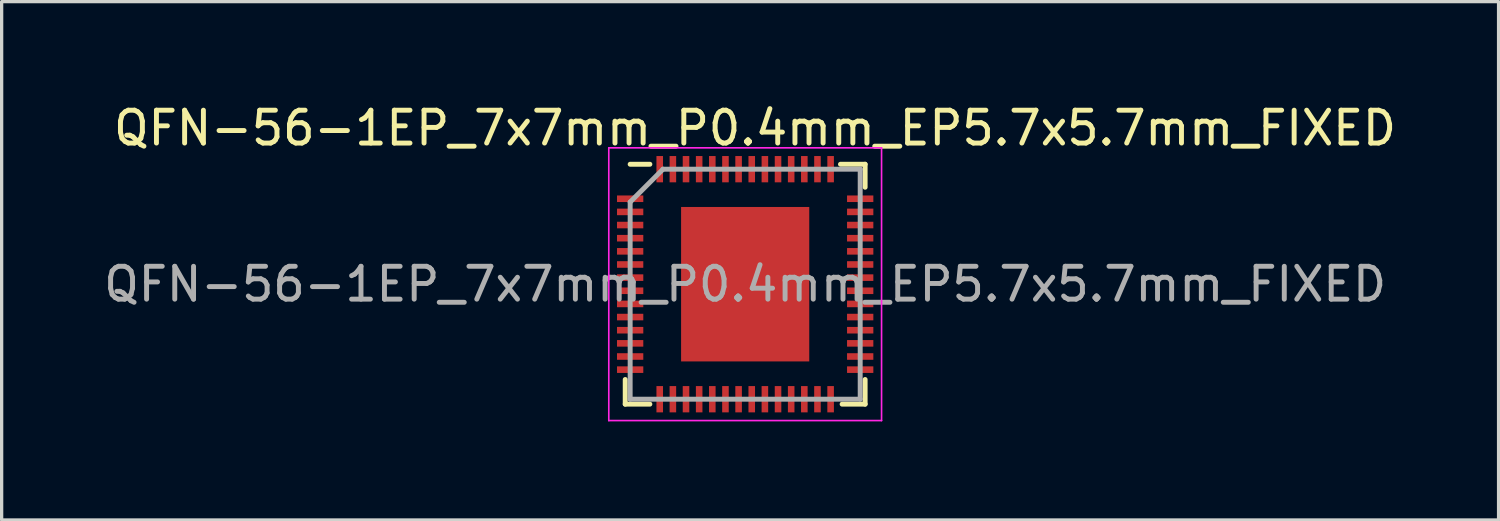
<source format=kicad_pcb>
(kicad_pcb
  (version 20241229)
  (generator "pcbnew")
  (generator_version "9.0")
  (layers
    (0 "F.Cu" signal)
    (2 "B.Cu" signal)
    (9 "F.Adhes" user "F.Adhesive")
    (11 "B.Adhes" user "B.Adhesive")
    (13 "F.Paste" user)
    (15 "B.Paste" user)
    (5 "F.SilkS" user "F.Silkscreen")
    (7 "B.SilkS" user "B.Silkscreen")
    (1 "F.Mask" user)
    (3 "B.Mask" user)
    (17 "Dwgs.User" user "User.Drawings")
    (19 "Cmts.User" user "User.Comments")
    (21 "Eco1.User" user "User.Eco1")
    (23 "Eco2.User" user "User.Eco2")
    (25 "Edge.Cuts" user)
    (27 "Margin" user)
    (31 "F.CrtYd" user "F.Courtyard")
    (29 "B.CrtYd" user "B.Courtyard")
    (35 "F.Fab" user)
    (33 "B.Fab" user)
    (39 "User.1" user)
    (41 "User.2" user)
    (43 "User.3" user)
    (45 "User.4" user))
  (footprint "QFN-56-1EP_7x7mm_P0.4mm_EP5.7x5.7mm_FIXED"
    (layer "F.Cu")
    (at 19.625 5.598)
    (property "Reference" "QFN-56-1EP_7x7mm_P0.4mm_EP5.7x5.7mm_FIXED" (at 0.3 -4.75 0) (layer "F.SilkS") (effects (font (size 1 1) (thickness 0.15))))
    (attr smd)
    (fp_line (start -3.65 2.9) (end -3.65 3.65) (stroke (width 0.15) (type solid)) (layer "F.SilkS"))
    (fp_line (start -3.65 3.65) (end -2.9 3.65) (stroke (width 0.15) (type solid)) (layer "F.SilkS"))
    (fp_line (start -3.5 -3.65) (end -2.9 -3.65) (stroke (width 0.15) (type solid)) (layer "F.SilkS"))
    (fp_line (start 3.65 -3.65) (end 2.9 -3.65) (stroke (width 0.15) (type solid)) (layer "F.SilkS"))
    (fp_line (start 3.65 -3.65) (end 3.65 -2.95) (stroke (width 0.15) (type solid)) (layer "F.SilkS"))
    (fp_line (start 3.65 2.9) (end 3.65 3.65) (stroke (width 0.15) (type solid)) (layer "F.SilkS"))
    (fp_line (start 3.65 3.65) (end 2.95 3.65) (stroke (width 0.15) (type solid)) (layer "F.SilkS"))
    (fp_line (start -4.15 -4.15) (end -4.15 4.15) (stroke (width 0.05) (type solid)) (layer "F.CrtYd"))
    (fp_line (start -4.15 -4.15) (end 4.15 -4.15) (stroke (width 0.05) (type solid)) (layer "F.CrtYd"))
    (fp_line (start -4.15 4.15) (end 4.15 4.15) (stroke (width 0.05) (type solid)) (layer "F.CrtYd"))
    (fp_line (start 4.15 -4.15) (end 4.15 4.15) (stroke (width 0.05) (type solid)) (layer "F.CrtYd"))
    (fp_line (start -3.5 -2.5) (end -2.5 -3.5) (stroke (width 0.15) (type solid)) (layer "F.Fab"))
    (fp_line (start -3.5 3.5) (end -3.5 -2.5) (stroke (width 0.15) (type solid)) (layer "F.Fab"))
    (fp_line (start -2.5 -3.5) (end 3.5 -3.5) (stroke (width 0.15) (type solid)) (layer "F.Fab"))
    (fp_line (start 3.5 -3.5) (end 3.5 3.5) (stroke (width 0.15) (type solid)) (layer "F.Fab"))
    (fp_line (start 3.5 3.5) (end -3.5 3.5) (stroke (width 0.15) (type solid)) (layer "F.Fab"))
    (fp_text user "${REFERENCE}" (at 0 0 0) (layer "F.Fab") (effects (font (size 1 1) (thickness 0.15))))
    (pad "" smd rect (at -1.12 -1.99) (size 0.9 0.4) (layers "F.Paste"))
    (pad "" smd rect (at -1.12 -1.12) (size 0.9 0.9) (layers "F.Paste"))
    (pad "" smd rect (at -1.12 0) (size 0.9 0.9) (layers "F.Paste"))
    (pad "" smd rect (at -1.12 1.12) (size 0.9 0.9) (layers "F.Paste"))
    (pad "" smd rect (at -1.12 1.99) (size 0.9 0.4) (layers "F.Paste"))
    (pad "" smd rect (at 0 -1.99) (size 0.9 0.4) (layers "F.Paste"))
    (pad "" smd rect (at 0 -1.12) (size 0.9 0.9) (layers "F.Paste"))
    (pad "" smd rect (at 0 0) (size 0.9 0.9) (layers "F.Paste"))
    (pad "" smd rect (at 0 1.12) (size 0.9 0.9) (layers "F.Paste"))
    (pad "" smd rect (at 0 1.99) (size 0.9 0.4) (layers "F.Paste"))
    (pad "" smd rect (at 1.12 -1.99) (size 0.9 0.4) (layers "F.Paste"))
    (pad "" smd rect (at 1.12 -1.12) (size 0.9 0.9) (layers "F.Paste"))
    (pad "" smd rect (at 1.12 0) (size 0.9 0.9) (layers "F.Paste"))
    (pad "" smd rect (at 1.12 1.12) (size 0.9 0.9) (layers "F.Paste"))
    (pad "" smd rect (at 1.12 1.99) (size 0.9 0.4) (layers "F.Paste"))
    (pad "1" smd rect (at -3.5 -2.6) (size 0.8 0.2) (layers "F.Cu" "F.Mask" "F.Paste"))
    (pad "2" smd rect (at -3.5 -2.2) (size 0.8 0.2) (layers "F.Cu" "F.Mask" "F.Paste"))
    (pad "3" smd rect (at -3.5 -1.8) (size 0.8 0.2) (layers "F.Cu" "F.Mask" "F.Paste"))
    (pad "4" smd rect (at -3.5 -1.4) (size 0.8 0.2) (layers "F.Cu" "F.Mask" "F.Paste"))
    (pad "5" smd rect (at -3.5 -1) (size 0.8 0.2) (layers "F.Cu" "F.Mask" "F.Paste"))
    (pad "6" smd rect (at -3.5 -0.6) (size 0.8 0.2) (layers "F.Cu" "F.Mask" "F.Paste"))
    (pad "7" smd rect (at -3.5 -0.2) (size 0.8 0.2) (layers "F.Cu" "F.Mask" "F.Paste"))
    (pad "8" smd rect (at -3.5 0.2) (size 0.8 0.2) (layers "F.Cu" "F.Mask" "F.Paste"))
    (pad "9" smd rect (at -3.5 0.6) (size 0.8 0.2) (layers "F.Cu" "F.Mask" "F.Paste"))
    (pad "10" smd rect (at -3.5 1) (size 0.8 0.2) (layers "F.Cu" "F.Mask" "F.Paste"))
    (pad "11" smd rect (at -3.5 1.4) (size 0.8 0.2) (layers "F.Cu" "F.Mask" "F.Paste"))
    (pad "12" smd rect (at -3.5 1.8) (size 0.8 0.2) (layers "F.Cu" "F.Mask" "F.Paste"))
    (pad "13" smd rect (at -3.5 2.2) (size 0.8 0.2) (layers "F.Cu" "F.Mask" "F.Paste"))
    (pad "14" smd rect (at -3.5 2.6) (size 0.8 0.2) (layers "F.Cu" "F.Mask" "F.Paste"))
    (pad "15" smd rect (at -2.6 3.5 90) (size 0.8 0.2) (layers "F.Cu" "F.Mask" "F.Paste"))
    (pad "16" smd rect (at -2.2 3.5 90) (size 0.8 0.2) (layers "F.Cu" "F.Mask" "F.Paste"))
    (pad "17" smd rect (at -1.8 3.5 90) (size 0.8 0.2) (layers "F.Cu" "F.Mask" "F.Paste"))
    (pad "18" smd rect (at -1.4 3.5 90) (size 0.8 0.2) (layers "F.Cu" "F.Mask" "F.Paste"))
    (pad "19" smd rect (at -1 3.5 90) (size 0.8 0.2) (layers "F.Cu" "F.Mask" "F.Paste"))
    (pad "20" smd rect (at -0.6 3.5 90) (size 0.8 0.2) (layers "F.Cu" "F.Mask" "F.Paste"))
    (pad "21" smd rect (at -0.2 3.5 90) (size 0.8 0.2) (layers "F.Cu" "F.Mask" "F.Paste"))
    (pad "22" smd rect (at 0.2 3.5 90) (size 0.8 0.2) (layers "F.Cu" "F.Mask" "F.Paste"))
    (pad "23" smd rect (at 0.6 3.5 90) (size 0.8 0.2) (layers "F.Cu" "F.Mask" "F.Paste"))
    (pad "24" smd rect (at 1 3.5 90) (size 0.8 0.2) (layers "F.Cu" "F.Mask" "F.Paste"))
    (pad "25" smd rect (at 1.4 3.5 90) (size 0.8 0.2) (layers "F.Cu" "F.Mask" "F.Paste"))
    (pad "26" smd rect (at 1.8 3.5 90) (size 0.8 0.2) (layers "F.Cu" "F.Mask" "F.Paste"))
    (pad "27" smd rect (at 2.2 3.5 90) (size 0.8 0.2) (layers "F.Cu" "F.Mask" "F.Paste"))
    (pad "28" smd rect (at 2.6 3.5 90) (size 0.8 0.2) (layers "F.Cu" "F.Mask" "F.Paste"))
    (pad "29" smd rect (at 3.5 2.6) (size 0.8 0.2) (layers "F.Cu" "F.Mask" "F.Paste"))
    (pad "30" smd rect (at 3.5 2.2) (size 0.8 0.2) (layers "F.Cu" "F.Mask" "F.Paste"))
    (pad "31" smd rect (at 3.5 1.8) (size 0.8 0.2) (layers "F.Cu" "F.Mask" "F.Paste"))
    (pad "32" smd rect (at 3.5 1.4) (size 0.8 0.2) (layers "F.Cu" "F.Mask" "F.Paste"))
    (pad "33" smd rect (at 3.5 1) (size 0.8 0.2) (layers "F.Cu" "F.Mask" "F.Paste"))
    (pad "34" smd rect (at 3.5 0.6) (size 0.8 0.2) (layers "F.Cu" "F.Mask" "F.Paste"))
    (pad "35" smd rect (at 3.5 0.2) (size 0.8 0.2) (layers "F.Cu" "F.Mask" "F.Paste"))
    (pad "36" smd rect (at 3.5 -0.2) (size 0.8 0.2) (layers "F.Cu" "F.Mask" "F.Paste"))
    (pad "37" smd rect (at 3.5 -0.6) (size 0.8 0.2) (layers "F.Cu" "F.Mask" "F.Paste"))
    (pad "38" smd rect (at 3.5 -1) (size 0.8 0.2) (layers "F.Cu" "F.Mask" "F.Paste"))
    (pad "39" smd rect (at 3.5 -1.4) (size 0.8 0.2) (layers "F.Cu" "F.Mask" "F.Paste"))
    (pad "40" smd rect (at 3.5 -1.8) (size 0.8 0.2) (layers "F.Cu" "F.Mask" "F.Paste"))
    (pad "41" smd rect (at 3.5 -2.2) (size 0.8 0.2) (layers "F.Cu" "F.Mask" "F.Paste"))
    (pad "42" smd rect (at 3.5 -2.6) (size 0.8 0.2) (layers "F.Cu" "F.Mask" "F.Paste"))
    (pad "43" smd rect (at 2.6 -3.5 90) (size 0.8 0.2) (layers "F.Cu" "F.Mask" "F.Paste"))
    (pad "44" smd rect (at 2.2 -3.5 90) (size 0.8 0.2) (layers "F.Cu" "F.Mask" "F.Paste"))
    (pad "45" smd rect (at 1.8 -3.5 90) (size 0.8 0.2) (layers "F.Cu" "F.Mask" "F.Paste"))
    (pad "46" smd rect (at 1.4 -3.5 90) (size 0.8 0.2) (layers "F.Cu" "F.Mask" "F.Paste"))
    (pad "47" smd rect (at 1 -3.5 90) (size 0.8 0.2) (layers "F.Cu" "F.Mask" "F.Paste"))
    (pad "48" smd rect (at 0.6 -3.5 90) (size 0.8 0.2) (layers "F.Cu" "F.Mask" "F.Paste"))
    (pad "49" smd rect (at 0.2 -3.5 90) (size 0.8 0.2) (layers "F.Cu" "F.Mask" "F.Paste"))
    (pad "50" smd rect (at -0.2 -3.5 90) (size 0.8 0.2) (layers "F.Cu" "F.Mask" "F.Paste"))
    (pad "51" smd rect (at -0.6 -3.5 90) (size 0.8 0.2) (layers "F.Cu" "F.Mask" "F.Paste"))
    (pad "52" smd rect (at -1 -3.5 90) (size 0.8 0.2) (layers "F.Cu" "F.Mask" "F.Paste"))
    (pad "53" smd rect (at -1.4 -3.5 90) (size 0.8 0.2) (layers "F.Cu" "F.Mask" "F.Paste"))
    (pad "54" smd rect (at -1.8 -3.5 90) (size 0.8 0.2) (layers "F.Cu" "F.Mask" "F.Paste"))
    (pad "55" smd rect (at -2.2 -3.5 90) (size 0.8 0.2) (layers "F.Cu" "F.Mask" "F.Paste"))
    (pad "56" smd rect (at -2.6 -3.5 90) (size 0.8 0.2) (layers "F.Cu" "F.Mask" "F.Paste"))
    (pad "57" smd rect (at 0 0) (size 3.9 4.7) (layers "F.Cu" "F.Mask")))
  (gr_rect
    (start -3 -3)
    (end 42.55 12.773)
    (stroke (width 0.1) (type default))
    (fill no)
    (layer "Edge.Cuts")))
</source>
